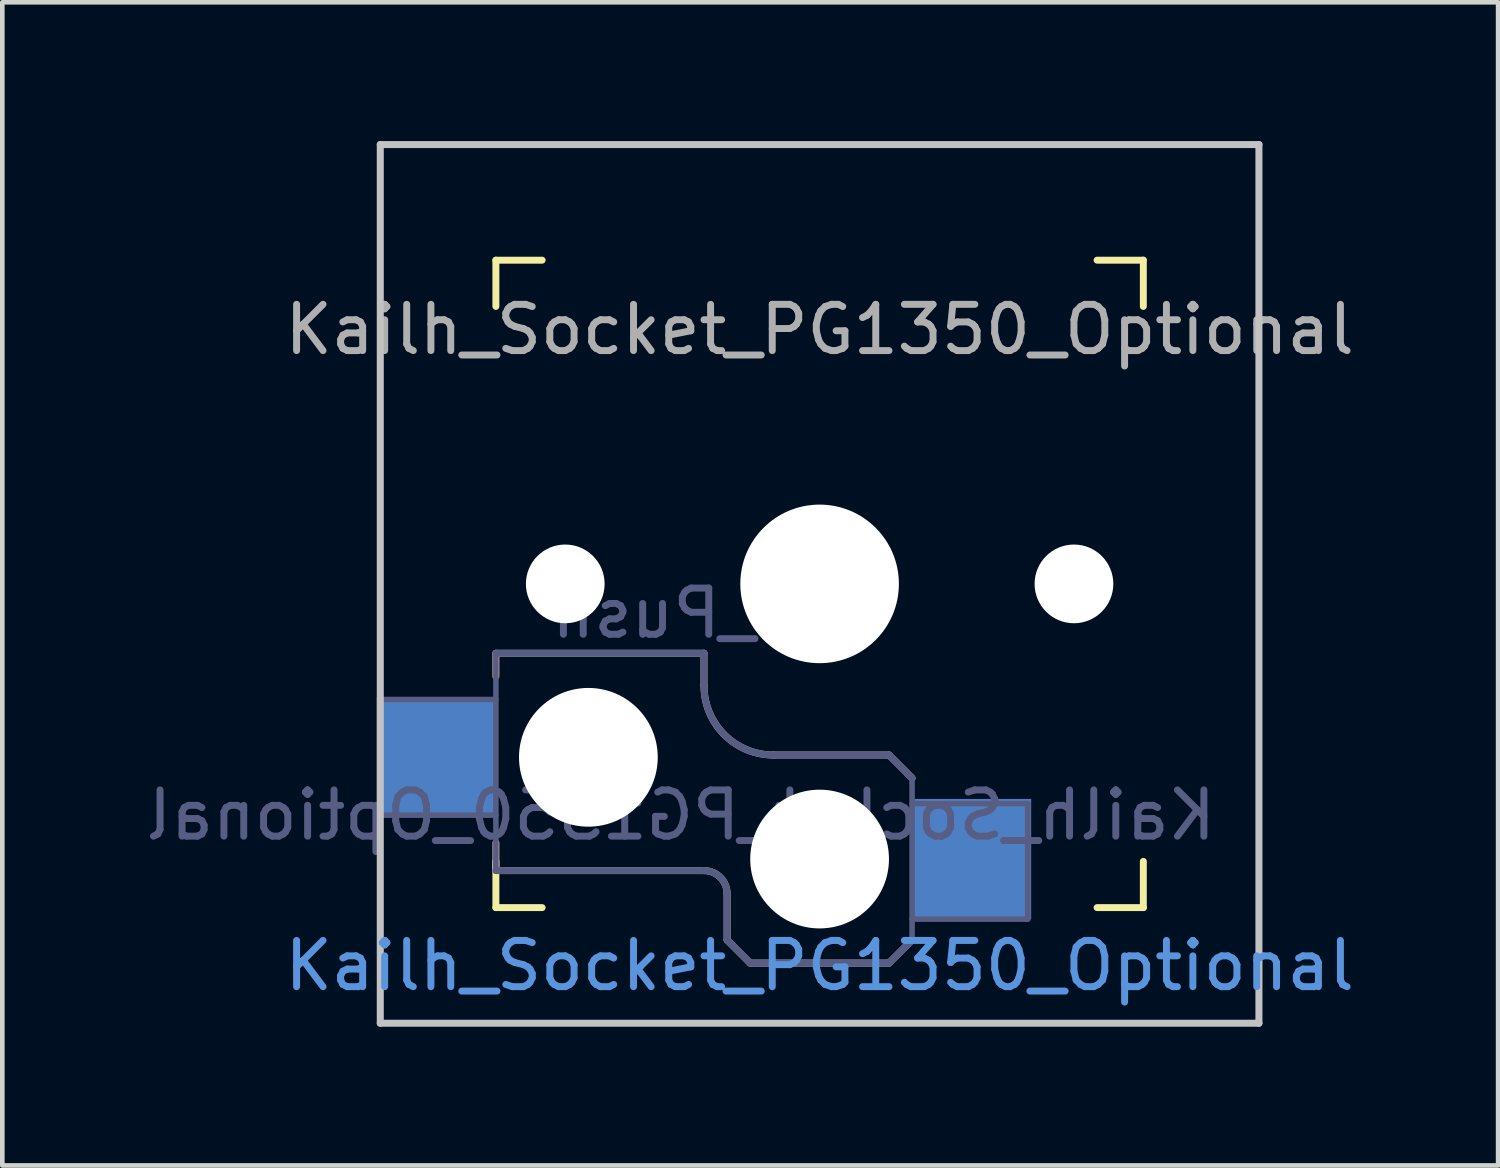
<source format=kicad_pcb>
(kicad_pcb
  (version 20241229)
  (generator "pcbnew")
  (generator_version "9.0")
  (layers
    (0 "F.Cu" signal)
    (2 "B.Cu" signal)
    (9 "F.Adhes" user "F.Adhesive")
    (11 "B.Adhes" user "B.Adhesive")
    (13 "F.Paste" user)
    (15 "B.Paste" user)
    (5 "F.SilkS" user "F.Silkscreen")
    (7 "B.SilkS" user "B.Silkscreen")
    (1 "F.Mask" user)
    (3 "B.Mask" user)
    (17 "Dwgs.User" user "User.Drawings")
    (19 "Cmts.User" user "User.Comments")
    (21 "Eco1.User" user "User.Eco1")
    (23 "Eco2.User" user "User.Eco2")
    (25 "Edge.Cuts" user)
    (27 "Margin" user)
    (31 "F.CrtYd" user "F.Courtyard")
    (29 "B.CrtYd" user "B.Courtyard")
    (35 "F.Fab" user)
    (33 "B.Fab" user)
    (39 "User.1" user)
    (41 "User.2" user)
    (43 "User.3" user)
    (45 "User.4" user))
  (footprint "Kailh_Socket_PG1350_Optional"
    (layer "F.Cu")
    (at 14.673 9.576)
    (property "Reference" "Kailh_Socket_PG1350_Optional" (at 0 8.255 180) (layer "Cmts.User") (effects (font (size 1 1) (thickness 0.15))))
    (property "Value" "SW_Push" (at 0 -8.25 180) (layer "F.Fab") (hide yes) (effects (font (size 1 1) (thickness 0.15))))
    (attr through_hole)
    (fp_line (start -7 -6) (end -7 -7) (stroke (width 0.15) (type solid)) (layer "F.SilkS"))
    (fp_line (start -7 7) (end -7 6) (stroke (width 0.15) (type solid)) (layer "F.SilkS"))
    (fp_line (start -7 7) (end -6 7) (stroke (width 0.15) (type solid)) (layer "F.SilkS"))
    (fp_line (start -6 -7) (end -7 -7) (stroke (width 0.15) (type solid)) (layer "F.SilkS"))
    (fp_line (start 6 7) (end 7 7) (stroke (width 0.15) (type solid)) (layer "F.SilkS"))
    (fp_line (start 7 -7) (end 6 -7) (stroke (width 0.15) (type solid)) (layer "F.SilkS"))
    (fp_line (start 7 -7) (end 7 -6) (stroke (width 0.15) (type solid)) (layer "F.SilkS"))
    (fp_line (start 7 6) (end 7 7) (stroke (width 0.15) (type solid)) (layer "F.SilkS"))
    (fp_line (start -7 1.5) (end -7 2) (stroke (width 0.15) (type solid)) (layer "B.SilkS"))
    (fp_line (start -7 5.6) (end -7 6.2) (stroke (width 0.15) (type solid)) (layer "B.SilkS"))
    (fp_line (start -7 6.2) (end -2.5 6.2) (stroke (width 0.15) (type solid)) (layer "B.SilkS"))
    (fp_line (start -2.5 1.5) (end -7 1.5) (stroke (width 0.15) (type solid)) (layer "B.SilkS"))
    (fp_line (start -2.5 2.2) (end -2.5 1.5) (stroke (width 0.15) (type solid)) (layer "B.SilkS"))
    (fp_line (start -2 6.7) (end -2 7.7) (stroke (width 0.15) (type solid)) (layer "B.SilkS"))
    (fp_line (start -1.5 8.2) (end -2 7.7) (stroke (width 0.15) (type solid)) (layer "B.SilkS"))
    (fp_line (start 1.5 3.7) (end -1 3.7) (stroke (width 0.15) (type solid)) (layer "B.SilkS"))
    (fp_line (start 1.5 8.2) (end -1.5 8.2) (stroke (width 0.15) (type solid)) (layer "B.SilkS"))
    (fp_line (start 2 4.2) (end 1.5 3.7) (stroke (width 0.15) (type solid)) (layer "B.SilkS"))
    (fp_line (start 2 7.7) (end 1.5 8.2) (stroke (width 0.15) (type solid)) (layer "B.SilkS"))
    (fp_arc (start -2.5 6.2) (mid -2.146447 6.346447) (end -2 6.7) (stroke (width 0.15) (type solid)) (layer "B.SilkS"))
    (fp_arc (start -1 3.7) (mid -2.06066 3.26066) (end -2.5 2.2) (stroke (width 0.15) (type solid)) (layer "B.SilkS"))
    (fp_line (start -9.5 -9.5) (end 9.5 -9.5) (stroke (width 0.152) (type solid)) (layer "Dwgs.User"))
    (fp_line (start -9.5 9.5) (end -9.5 -9.5) (stroke (width 0.152) (type solid)) (layer "Dwgs.User"))
    (fp_line (start 9.5 -9.5) (end 9.5 9.5) (stroke (width 0.152) (type solid)) (layer "Dwgs.User"))
    (fp_line (start 9.5 9.5) (end -9.5 9.5) (stroke (width 0.152) (type solid)) (layer "Dwgs.User"))
    (fp_line (start -6.9 6.9) (end -6.9 -6.9) (stroke (width 0.15) (type solid)) (layer "Eco2.User"))
    (fp_line (start -6.9 6.9) (end 6.9 6.9) (stroke (width 0.15) (type solid)) (layer "Eco2.User"))
    (fp_line (start -2.6 3.1) (end -2.6 6.3) (stroke (width 0.15) (type solid)) (layer "Eco2.User"))
    (fp_line (start -2.6 6.3) (end 2.6 6.3) (stroke (width 0.15) (type solid)) (layer "Eco2.User"))
    (fp_line (start 2.6 3.1) (end -2.6 3.1) (stroke (width 0.15) (type solid)) (layer "Eco2.User"))
    (fp_line (start 2.6 3.1) (end 2.6 6.3) (stroke (width 0.15) (type solid)) (layer "Eco2.User"))
    (fp_line (start 6.9 -6.9) (end -6.9 -6.9) (stroke (width 0.15) (type solid)) (layer "Eco2.User"))
    (fp_line (start 6.9 -6.9) (end 6.9 6.9) (stroke (width 0.15) (type solid)) (layer "Eco2.User"))
    (fp_line (start -9.5 2.5) (end -7 2.5) (stroke (width 0.12) (type solid)) (layer "B.Fab"))
    (fp_line (start -9.5 5) (end -9.5 2.5) (stroke (width 0.12) (type solid)) (layer "B.Fab"))
    (fp_line (start -7 1.5) (end -7 6.2) (stroke (width 0.12) (type solid)) (layer "B.Fab"))
    (fp_line (start -7 5) (end -9.5 5) (stroke (width 0.12) (type solid)) (layer "B.Fab"))
    (fp_line (start -7 6.2) (end -2.5 6.2) (stroke (width 0.15) (type solid)) (layer "B.Fab"))
    (fp_line (start -2.5 1.5) (end -7 1.5) (stroke (width 0.15) (type solid)) (layer "B.Fab"))
    (fp_line (start -2.5 2.2) (end -2.5 1.5) (stroke (width 0.15) (type solid)) (layer "B.Fab"))
    (fp_line (start -2 6.7) (end -2 7.7) (stroke (width 0.15) (type solid)) (layer "B.Fab"))
    (fp_line (start -1.5 8.2) (end -2 7.7) (stroke (width 0.15) (type solid)) (layer "B.Fab"))
    (fp_line (start 1.5 3.7) (end -1 3.7) (stroke (width 0.15) (type solid)) (layer "B.Fab"))
    (fp_line (start 1.5 8.2) (end -1.5 8.2) (stroke (width 0.15) (type solid)) (layer "B.Fab"))
    (fp_line (start 2 4.2) (end 1.5 3.7) (stroke (width 0.15) (type solid)) (layer "B.Fab"))
    (fp_line (start 2 4.25) (end 2 7.7) (stroke (width 0.12) (type solid)) (layer "B.Fab"))
    (fp_line (start 2 4.75) (end 4.5 4.75) (stroke (width 0.12) (type solid)) (layer "B.Fab"))
    (fp_line (start 2 7.7) (end 1.5 8.2) (stroke (width 0.15) (type solid)) (layer "B.Fab"))
    (fp_line (start 4.5 4.75) (end 4.5 7.25) (stroke (width 0.12) (type solid)) (layer "B.Fab"))
    (fp_line (start 4.5 7.25) (end 2 7.25) (stroke (width 0.12) (type solid)) (layer "B.Fab"))
    (fp_arc (start -2.5 6.2) (mid -2.146447 6.346447) (end -2 6.7) (stroke (width 0.15) (type solid)) (layer "B.Fab"))
    (fp_arc (start -1 3.7) (mid -2.06066 3.26066) (end -2.5 2.2) (stroke (width 0.15) (type solid)) (layer "B.Fab"))
    (fp_text user "${VALUE}" (at -2.54 0.635 180) (layer "B.Fab") (effects (font (size 1 1) (thickness 0.15)) (justify mirror)))
    (fp_text user "${REFERENCE}" (at -3 5 0) (layer "B.Fab") (effects (font (size 1 1) (thickness 0.15)) (justify mirror)))
    (fp_text user "${REFERENCE}" (at 0 -5.5 180) (layer "F.Fab") (effects (font (size 1 1) (thickness 0.15))))
    (pad "" np_thru_hole circle (at -5.5 0 180) (size 1.702 1.702) (drill 1.702) (layers "*.Cu" "*.Mask"))
    (pad "" np_thru_hole circle (at -5 3.75 180) (size 3 3) (drill 3) (layers "*.Cu" "*.Mask"))
    (pad "" np_thru_hole circle (at 0 0 180) (size 3.429 3.429) (drill 3.429) (layers "*.Cu" "*.Mask"))
    (pad "" np_thru_hole circle (at 0 5.95 180) (size 3 3) (drill 3) (layers "*.Cu" "*.Mask"))
    (pad "" np_thru_hole circle (at 5.5 0 180) (size 1.702 1.702) (drill 1.702) (layers "*.Cu" "*.Mask"))
    (pad "1" smd rect (at 3.275 5.95 180) (size 2.6 2.6) (layers "B.Cu" "B.Mask" "B.Paste"))
    (pad "2" smd rect (at -8.275 3.75 180) (size 2.6 2.6) (layers "B.Cu" "B.Mask" "B.Paste")))
  (gr_rect
    (start -3 -3)
    (end 29.345 22.152)
    (stroke (width 0.1) (type default))
    (fill no)
    (layer "Edge.Cuts")))
</source>
